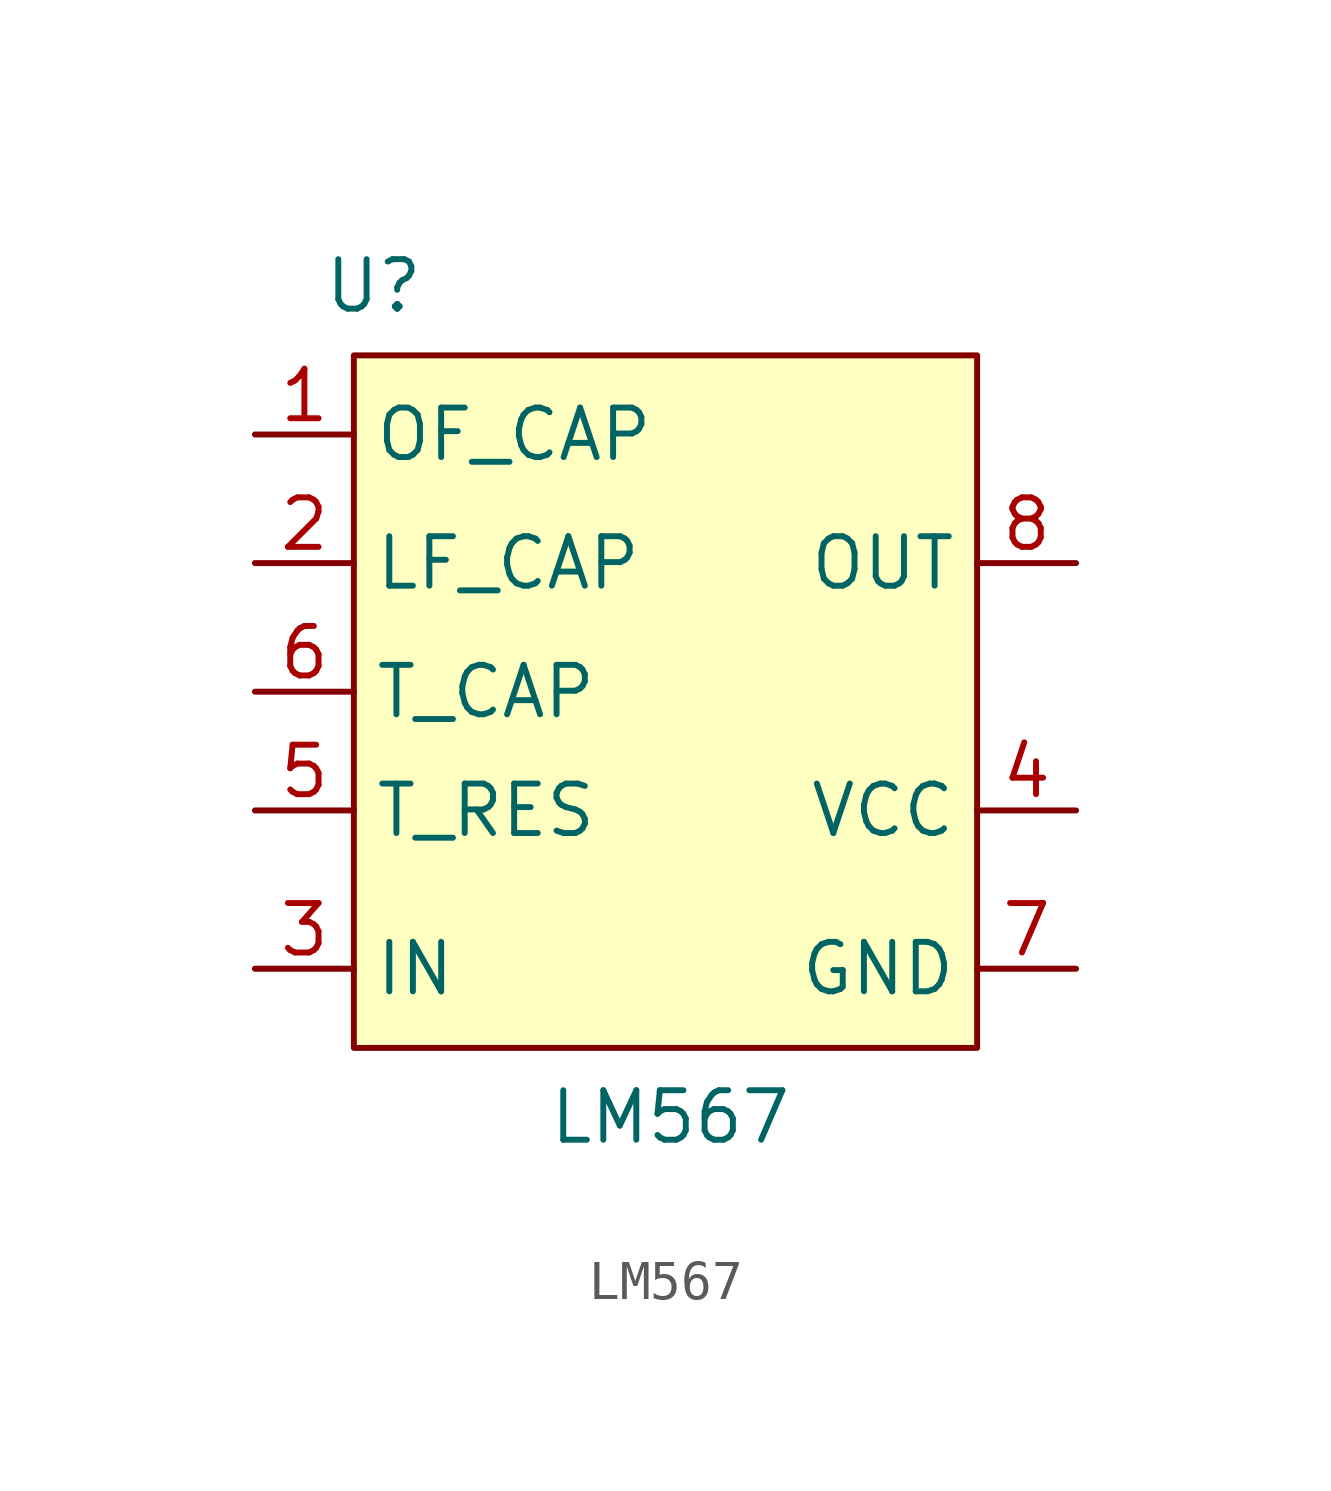
<source format=kicad_sym>
(kicad_symbol_lib
  (version 20220914)
  (generator kicad_symbol_editor)
  (symbol "LM567"
    (property "Reference" "U"
      (at -7.112 10.414 0)
      (effects (font (size 1.27 1.27))))
    (property "Value" "LM567"
      (at 0.508 -10.922 0)
      (effects (font (size 1.27 1.27))))
    (symbol "LM567_0_1"
      (rectangle (start -7.62 8.636) (end 8.382 -9.144) (stroke (width 0) (type default)) (fill (type background))))
    (symbol "LM567_1_1"
      (pin passive line (at -10.16 6.604 0) (length 2.54) (name "OF_CAP" (effects (font (size 1.27 1.27)))) (number "1" (effects (font (size 1.27 1.27)))))
      (pin passive line (at -10.16 3.302 0) (length 2.54) (name "LF_CAP" (effects (font (size 1.27 1.27)))) (number "2" (effects (font (size 1.27 1.27)))))
      (pin passive line (at -10.16 -7.112 0) (length 2.54) (name "IN" (effects (font (size 1.27 1.27)))) (number "3" (effects (font (size 1.27 1.27)))))
      (pin passive line (at 10.922 -3.048 180) (length 2.54) (name "VCC" (effects (font (size 1.27 1.27)))) (number "4" (effects (font (size 1.27 1.27)))))
      (pin passive line (at -10.16 -3.048 0) (length 2.54) (name "T_RES" (effects (font (size 1.27 1.27)))) (number "5" (effects (font (size 1.27 1.27)))))
      (pin passive line (at -10.16 0 0) (length 2.54) (name "T_CAP" (effects (font (size 1.27 1.27)))) (number "6" (effects (font (size 1.27 1.27)))))
      (pin passive line (at 10.922 -7.112 180) (length 2.54) (name "GND" (effects (font (size 1.27 1.27)))) (number "7" (effects (font (size 1.27 1.27)))))
      (pin passive line (at 10.922 3.302 180) (length 2.54) (name "OUT" (effects (font (size 1.27 1.27)))) (number "8" (effects (font (size 1.27 1.27))))))))
</source>
